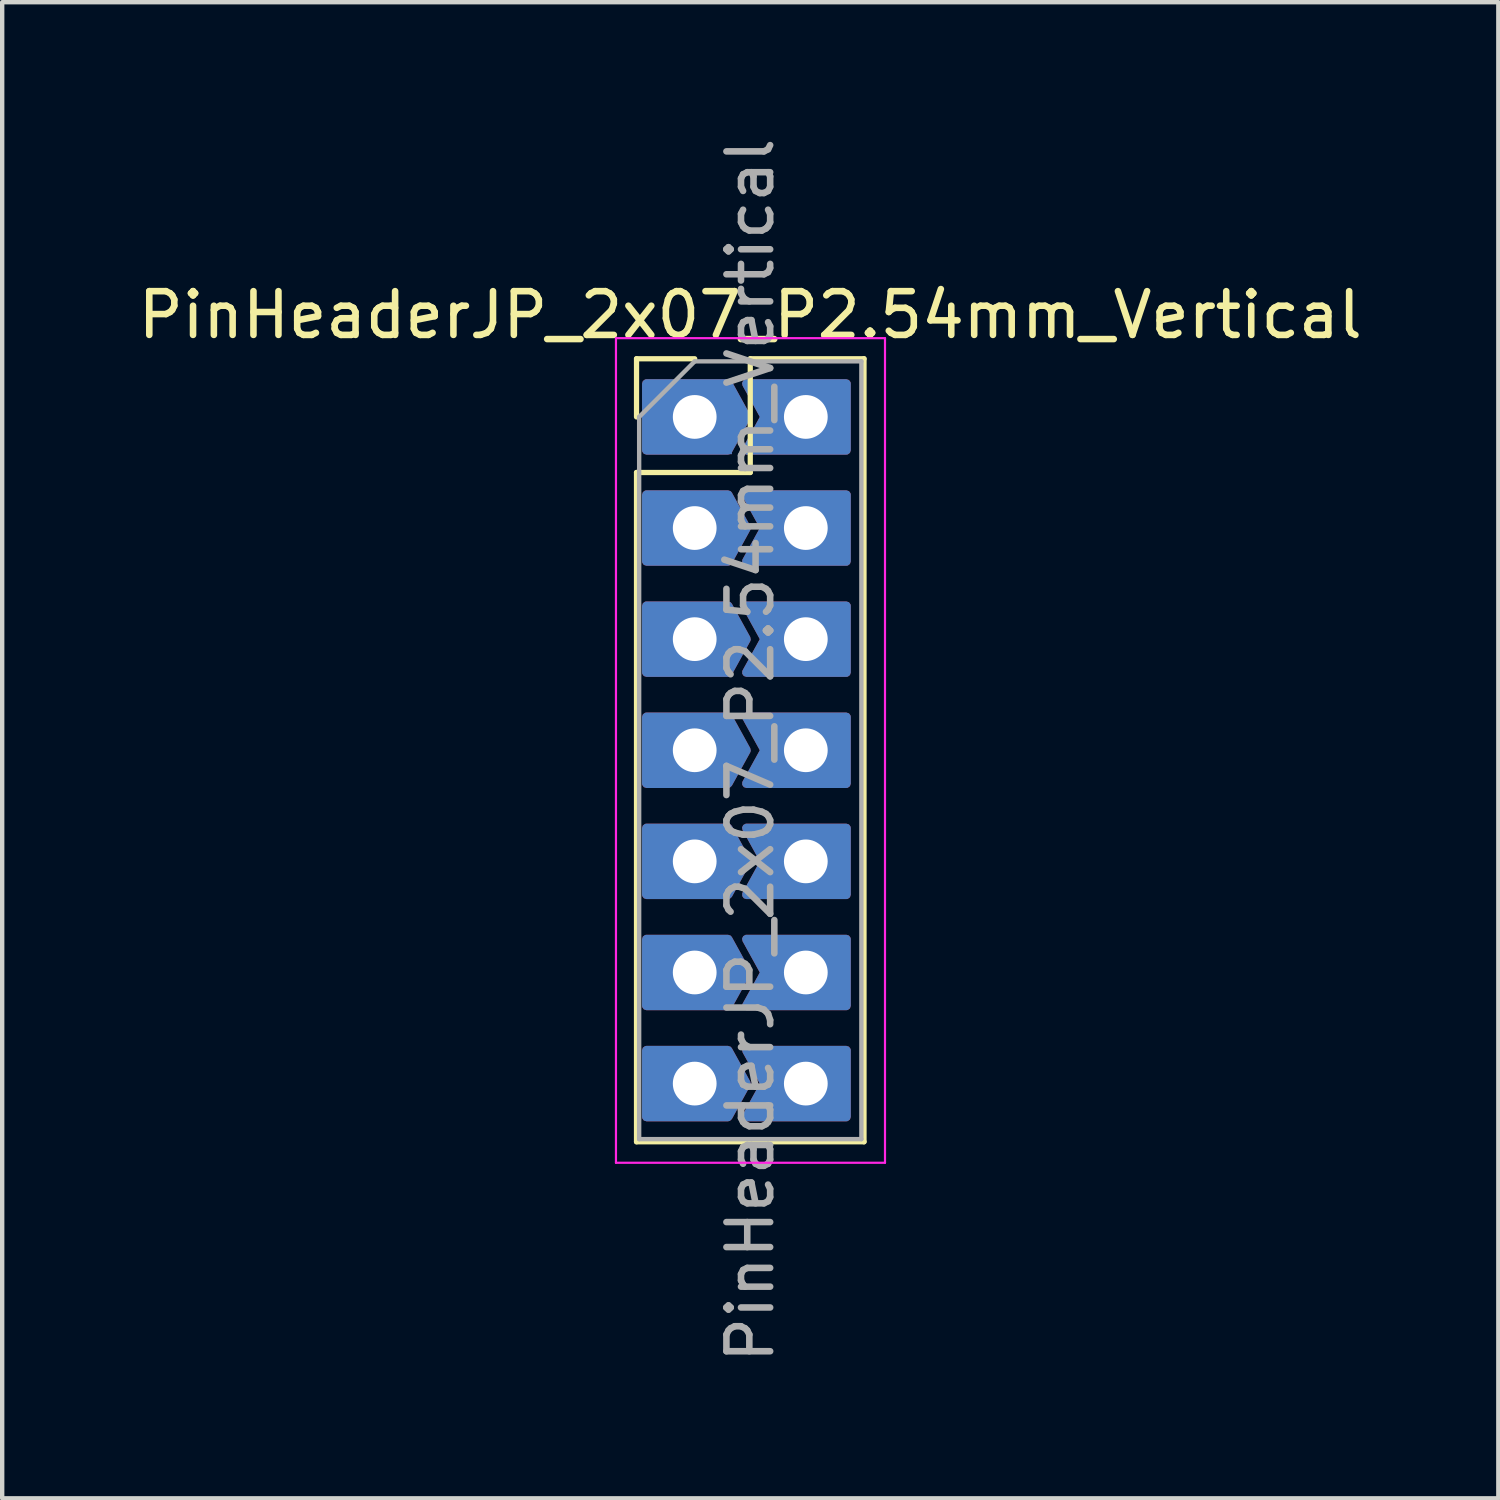
<source format=kicad_pcb>
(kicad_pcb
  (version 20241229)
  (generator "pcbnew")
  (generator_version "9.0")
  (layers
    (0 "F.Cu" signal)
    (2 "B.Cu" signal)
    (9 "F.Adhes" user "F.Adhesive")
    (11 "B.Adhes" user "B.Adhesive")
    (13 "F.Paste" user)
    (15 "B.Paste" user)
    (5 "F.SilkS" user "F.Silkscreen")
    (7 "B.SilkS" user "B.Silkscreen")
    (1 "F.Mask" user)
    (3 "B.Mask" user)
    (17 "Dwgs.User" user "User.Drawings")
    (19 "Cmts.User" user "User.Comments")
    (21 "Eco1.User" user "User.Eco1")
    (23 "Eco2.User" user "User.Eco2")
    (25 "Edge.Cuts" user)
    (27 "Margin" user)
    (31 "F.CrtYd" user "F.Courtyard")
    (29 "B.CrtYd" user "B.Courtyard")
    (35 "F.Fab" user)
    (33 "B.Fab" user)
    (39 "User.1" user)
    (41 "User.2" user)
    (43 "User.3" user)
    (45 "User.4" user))
  (footprint "PinHeaderJP_2x07_P2.54mm_Vertical"
    (layer "F.Cu")
    (at 12.831 6.481)
    (property "Reference" "PinHeaderJP_2x07_P2.54mm_Vertical" (at 1.27 -2.33 0) (layer "F.SilkS") (effects (font (size 1 1) (thickness 0.15))))
    (attr through_hole)
    (fp_line (start -1.33 -1.33) (end 0 -1.33) (stroke (width 0.12) (type solid)) (layer "F.SilkS"))
    (fp_line (start -1.33 0) (end -1.33 -1.33) (stroke (width 0.12) (type solid)) (layer "F.SilkS"))
    (fp_line (start -1.33 1.27) (end -1.33 16.57) (stroke (width 0.12) (type solid)) (layer "F.SilkS"))
    (fp_line (start -1.33 1.27) (end 1.27 1.27) (stroke (width 0.12) (type solid)) (layer "F.SilkS"))
    (fp_line (start -1.33 16.57) (end 3.87 16.57) (stroke (width 0.12) (type solid)) (layer "F.SilkS"))
    (fp_line (start 1.27 -1.33) (end 3.87 -1.33) (stroke (width 0.12) (type solid)) (layer "F.SilkS"))
    (fp_line (start 1.27 1.27) (end 1.27 -1.33) (stroke (width 0.12) (type solid)) (layer "F.SilkS"))
    (fp_line (start 3.87 -1.33) (end 3.87 16.57) (stroke (width 0.12) (type solid)) (layer "F.SilkS"))
    (fp_line (start -1.8 -1.8) (end -1.8 17.05) (stroke (width 0.05) (type solid)) (layer "F.CrtYd"))
    (fp_line (start -1.8 17.05) (end 4.35 17.05) (stroke (width 0.05) (type solid)) (layer "F.CrtYd"))
    (fp_line (start 4.35 -1.8) (end -1.8 -1.8) (stroke (width 0.05) (type solid)) (layer "F.CrtYd"))
    (fp_line (start 4.35 17.05) (end 4.35 -1.8) (stroke (width 0.05) (type solid)) (layer "F.CrtYd"))
    (fp_line (start -1.27 0) (end 0 -1.27) (stroke (width 0.1) (type solid)) (layer "F.Fab"))
    (fp_line (start -1.27 16.51) (end -1.27 0) (stroke (width 0.1) (type solid)) (layer "F.Fab"))
    (fp_line (start 0 -1.27) (end 3.81 -1.27) (stroke (width 0.1) (type solid)) (layer "F.Fab"))
    (fp_line (start 3.81 -1.27) (end 3.81 16.51) (stroke (width 0.1) (type solid)) (layer "F.Fab"))
    (fp_line (start 3.81 16.51) (end -1.27 16.51) (stroke (width 0.1) (type solid)) (layer "F.Fab"))
    (fp_text user "${REFERENCE}" (at 1.27 7.62 90) (layer "F.Fab") (effects (font (size 1 1) (thickness 0.15))))
    (pad "1" thru_hole custom (at 0 0) (size 1.7 1.7) (drill 1) (layers "*.Cu" "*.Mask") (options (anchor rect)) (primitives (gr_poly (pts (xy -1.104 -0.762) (xy -1.104 0.762) (xy 0.762 0.762) (xy 1.182 0) (xy 0.762 -0.762)) (width 0.2) (fill yes))))
    (pad "2" thru_hole custom (at 2.54 0) (size 1.7 1.7) (drill 1) (layers "*.Cu" "*.Mask") (options (anchor circle)) (primitives (gr_poly (pts (xy 0.85 0) (xy 0.831 -0.177) (xy 0.777 -0.346) (xy 0.688 -0.5) (xy 0.569 -0.632) (xy 0.425 -0.736) (xy 0.263 -0.808) (xy 0.089 -0.845) (xy -0.089 -0.845) (xy -0.263 -0.808) (xy -0.425 -0.736) (xy -0.569 -0.632) (xy -0.688 -0.5) (xy -0.777 -0.346) (xy -0.831 -0.177) (xy -0.85 0) (xy -0.831 0.177) (xy -0.777 0.346) (xy -0.688 0.5) (xy -0.569 0.632) (xy -0.425 0.736) (xy -0.263 0.808) (xy -0.089 0.845) (xy 0.089 0.845) (xy 0.263 0.808) (xy 0.425 0.736) (xy 0.569 0.632) (xy 0.688 0.5) (xy 0.777 0.346) (xy 0.831 0.177) (xy 0.85 0)) (width 0) (fill yes)) (gr_poly (pts (xy -1.358 -0.762) (xy -0.938 0) (xy -1.358 0.762) (xy 0.928 0.762) (xy 0.928 -0.762)) (width 0.2) (fill yes))))
    (pad "3" thru_hole custom (at 0 2.54) (size 1.7 1.7) (drill 1) (layers "*.Cu" "*.Mask") (options (anchor circle)) (primitives (gr_poly (pts (xy 0.85 0) (xy 0.831 -0.177) (xy 0.777 -0.346) (xy 0.688 -0.5) (xy 0.569 -0.632) (xy 0.425 -0.736) (xy 0.263 -0.808) (xy 0.089 -0.845) (xy -0.089 -0.845) (xy -0.263 -0.808) (xy -0.425 -0.736) (xy -0.569 -0.632) (xy -0.688 -0.5) (xy -0.777 -0.346) (xy -0.831 -0.177) (xy -0.85 0) (xy -0.831 0.177) (xy -0.777 0.346) (xy -0.688 0.5) (xy -0.569 0.632) (xy -0.425 0.736) (xy -0.263 0.808) (xy -0.089 0.845) (xy 0.089 0.845) (xy 0.263 0.808) (xy 0.425 0.736) (xy 0.569 0.632) (xy 0.688 0.5) (xy 0.777 0.346) (xy 0.831 0.177) (xy 0.85 0)) (width 0) (fill yes)) (gr_poly (pts (xy -1.104 -0.762) (xy -1.104 0.762) (xy 0.762 0.762) (xy 1.182 0) (xy 0.762 -0.762)) (width 0.2) (fill yes))))
    (pad "4" thru_hole custom (at 2.54 2.54) (size 1.7 1.7) (drill 1) (layers "*.Cu" "*.Mask") (options (anchor circle)) (primitives (gr_poly (pts (xy 0.85 0) (xy 0.831 -0.177) (xy 0.777 -0.346) (xy 0.688 -0.5) (xy 0.569 -0.632) (xy 0.425 -0.736) (xy 0.263 -0.808) (xy 0.089 -0.845) (xy -0.089 -0.845) (xy -0.263 -0.808) (xy -0.425 -0.736) (xy -0.569 -0.632) (xy -0.688 -0.5) (xy -0.777 -0.346) (xy -0.831 -0.177) (xy -0.85 0) (xy -0.831 0.177) (xy -0.777 0.346) (xy -0.688 0.5) (xy -0.569 0.632) (xy -0.425 0.736) (xy -0.263 0.808) (xy -0.089 0.845) (xy 0.089 0.845) (xy 0.263 0.808) (xy 0.425 0.736) (xy 0.569 0.632) (xy 0.688 0.5) (xy 0.777 0.346) (xy 0.831 0.177) (xy 0.85 0)) (width 0) (fill yes)) (gr_poly (pts (xy -1.358 -0.762) (xy -0.938 0) (xy -1.358 0.762) (xy 0.928 0.762) (xy 0.928 -0.762)) (width 0.2) (fill yes))))
    (pad "5" thru_hole custom (at 0 5.08) (size 1.7 1.7) (drill 1) (layers "*.Cu" "*.Mask") (options (anchor circle)) (primitives (gr_poly (pts (xy 0.85 0) (xy 0.831 -0.177) (xy 0.777 -0.346) (xy 0.688 -0.5) (xy 0.569 -0.632) (xy 0.425 -0.736) (xy 0.263 -0.808) (xy 0.089 -0.845) (xy -0.089 -0.845) (xy -0.263 -0.808) (xy -0.425 -0.736) (xy -0.569 -0.632) (xy -0.688 -0.5) (xy -0.777 -0.346) (xy -0.831 -0.177) (xy -0.85 0) (xy -0.831 0.177) (xy -0.777 0.346) (xy -0.688 0.5) (xy -0.569 0.632) (xy -0.425 0.736) (xy -0.263 0.808) (xy -0.089 0.845) (xy 0.089 0.845) (xy 0.263 0.808) (xy 0.425 0.736) (xy 0.569 0.632) (xy 0.688 0.5) (xy 0.777 0.346) (xy 0.831 0.177) (xy 0.85 0)) (width 0) (fill yes)) (gr_poly (pts (xy -1.104 -0.762) (xy -1.104 0.762) (xy 0.762 0.762) (xy 1.182 0) (xy 0.762 -0.762)) (width 0.2) (fill yes))))
    (pad "6" thru_hole custom (at 2.54 5.08) (size 1.7 1.7) (drill 1) (layers "*.Cu" "*.Mask") (options (anchor circle)) (primitives (gr_poly (pts (xy 0.85 0) (xy 0.831 -0.177) (xy 0.777 -0.346) (xy 0.688 -0.5) (xy 0.569 -0.632) (xy 0.425 -0.736) (xy 0.263 -0.808) (xy 0.089 -0.845) (xy -0.089 -0.845) (xy -0.263 -0.808) (xy -0.425 -0.736) (xy -0.569 -0.632) (xy -0.688 -0.5) (xy -0.777 -0.346) (xy -0.831 -0.177) (xy -0.85 0) (xy -0.831 0.177) (xy -0.777 0.346) (xy -0.688 0.5) (xy -0.569 0.632) (xy -0.425 0.736) (xy -0.263 0.808) (xy -0.089 0.845) (xy 0.089 0.845) (xy 0.263 0.808) (xy 0.425 0.736) (xy 0.569 0.632) (xy 0.688 0.5) (xy 0.777 0.346) (xy 0.831 0.177) (xy 0.85 0)) (width 0) (fill yes)) (gr_poly (pts (xy -1.358 -0.762) (xy -0.938 0) (xy -1.358 0.762) (xy 0.928 0.762) (xy 0.928 -0.762)) (width 0.2) (fill yes))))
    (pad "7" thru_hole custom (at 0 7.62) (size 1.7 1.7) (drill 1) (layers "*.Cu" "*.Mask") (options (anchor circle)) (primitives (gr_poly (pts (xy 0.85 0) (xy 0.831 -0.177) (xy 0.777 -0.346) (xy 0.688 -0.5) (xy 0.569 -0.632) (xy 0.425 -0.736) (xy 0.263 -0.808) (xy 0.089 -0.845) (xy -0.089 -0.845) (xy -0.263 -0.808) (xy -0.425 -0.736) (xy -0.569 -0.632) (xy -0.688 -0.5) (xy -0.777 -0.346) (xy -0.831 -0.177) (xy -0.85 0) (xy -0.831 0.177) (xy -0.777 0.346) (xy -0.688 0.5) (xy -0.569 0.632) (xy -0.425 0.736) (xy -0.263 0.808) (xy -0.089 0.845) (xy 0.089 0.845) (xy 0.263 0.808) (xy 0.425 0.736) (xy 0.569 0.632) (xy 0.688 0.5) (xy 0.777 0.346) (xy 0.831 0.177) (xy 0.85 0)) (width 0) (fill yes)) (gr_poly (pts (xy -1.104 -0.762) (xy -1.104 0.762) (xy 0.762 0.762) (xy 1.182 0) (xy 0.762 -0.762)) (width 0.2) (fill yes))))
    (pad "8" thru_hole custom (at 2.54 7.62) (size 1.7 1.7) (drill 1) (layers "*.Cu" "*.Mask") (options (anchor circle)) (primitives (gr_poly (pts (xy 0.85 0) (xy 0.831 -0.177) (xy 0.777 -0.346) (xy 0.688 -0.5) (xy 0.569 -0.632) (xy 0.425 -0.736) (xy 0.263 -0.808) (xy 0.089 -0.845) (xy -0.089 -0.845) (xy -0.263 -0.808) (xy -0.425 -0.736) (xy -0.569 -0.632) (xy -0.688 -0.5) (xy -0.777 -0.346) (xy -0.831 -0.177) (xy -0.85 0) (xy -0.831 0.177) (xy -0.777 0.346) (xy -0.688 0.5) (xy -0.569 0.632) (xy -0.425 0.736) (xy -0.263 0.808) (xy -0.089 0.845) (xy 0.089 0.845) (xy 0.263 0.808) (xy 0.425 0.736) (xy 0.569 0.632) (xy 0.688 0.5) (xy 0.777 0.346) (xy 0.831 0.177) (xy 0.85 0)) (width 0) (fill yes)) (gr_poly (pts (xy -1.358 -0.762) (xy -0.938 0) (xy -1.358 0.762) (xy 0.928 0.762) (xy 0.928 -0.762)) (width 0.2) (fill yes))))
    (pad "9" thru_hole custom (at 0 10.16) (size 1.7 1.7) (drill 1) (layers "*.Cu" "*.Mask") (options (anchor circle)) (primitives (gr_poly (pts (xy 0.85 0) (xy 0.831 -0.177) (xy 0.777 -0.346) (xy 0.688 -0.5) (xy 0.569 -0.632) (xy 0.425 -0.736) (xy 0.263 -0.808) (xy 0.089 -0.845) (xy -0.089 -0.845) (xy -0.263 -0.808) (xy -0.425 -0.736) (xy -0.569 -0.632) (xy -0.688 -0.5) (xy -0.777 -0.346) (xy -0.831 -0.177) (xy -0.85 0) (xy -0.831 0.177) (xy -0.777 0.346) (xy -0.688 0.5) (xy -0.569 0.632) (xy -0.425 0.736) (xy -0.263 0.808) (xy -0.089 0.845) (xy 0.089 0.845) (xy 0.263 0.808) (xy 0.425 0.736) (xy 0.569 0.632) (xy 0.688 0.5) (xy 0.777 0.346) (xy 0.831 0.177) (xy 0.85 0)) (width 0) (fill yes)) (gr_poly (pts (xy -1.104 -0.762) (xy -1.104 0.762) (xy 0.762 0.762) (xy 1.182 0) (xy 0.762 -0.762)) (width 0.2) (fill yes))))
    (pad "10" thru_hole custom (at 2.54 10.16) (size 1.7 1.7) (drill 1) (layers "*.Cu" "*.Mask") (options (anchor circle)) (primitives (gr_poly (pts (xy 0.85 0) (xy 0.831 -0.177) (xy 0.777 -0.346) (xy 0.688 -0.5) (xy 0.569 -0.632) (xy 0.425 -0.736) (xy 0.263 -0.808) (xy 0.089 -0.845) (xy -0.089 -0.845) (xy -0.263 -0.808) (xy -0.425 -0.736) (xy -0.569 -0.632) (xy -0.688 -0.5) (xy -0.777 -0.346) (xy -0.831 -0.177) (xy -0.85 0) (xy -0.831 0.177) (xy -0.777 0.346) (xy -0.688 0.5) (xy -0.569 0.632) (xy -0.425 0.736) (xy -0.263 0.808) (xy -0.089 0.845) (xy 0.089 0.845) (xy 0.263 0.808) (xy 0.425 0.736) (xy 0.569 0.632) (xy 0.688 0.5) (xy 0.777 0.346) (xy 0.831 0.177) (xy 0.85 0)) (width 0) (fill yes)) (gr_poly (pts (xy -1.358 -0.762) (xy -0.938 0) (xy -1.358 0.762) (xy 0.928 0.762) (xy 0.928 -0.762)) (width 0.2) (fill yes))))
    (pad "11" thru_hole custom (at 0 12.7) (size 1.7 1.7) (drill 1) (layers "*.Cu" "*.Mask") (options (anchor circle)) (primitives (gr_poly (pts (xy 0.85 0) (xy 0.831 -0.177) (xy 0.777 -0.346) (xy 0.688 -0.5) (xy 0.569 -0.632) (xy 0.425 -0.736) (xy 0.263 -0.808) (xy 0.089 -0.845) (xy -0.089 -0.845) (xy -0.263 -0.808) (xy -0.425 -0.736) (xy -0.569 -0.632) (xy -0.688 -0.5) (xy -0.777 -0.346) (xy -0.831 -0.177) (xy -0.85 0) (xy -0.831 0.177) (xy -0.777 0.346) (xy -0.688 0.5) (xy -0.569 0.632) (xy -0.425 0.736) (xy -0.263 0.808) (xy -0.089 0.845) (xy 0.089 0.845) (xy 0.263 0.808) (xy 0.425 0.736) (xy 0.569 0.632) (xy 0.688 0.5) (xy 0.777 0.346) (xy 0.831 0.177) (xy 0.85 0)) (width 0) (fill yes)) (gr_poly (pts (xy -1.104 -0.762) (xy -1.104 0.762) (xy 0.762 0.762) (xy 1.182 0) (xy 0.762 -0.762)) (width 0.2) (fill yes))))
    (pad "12" thru_hole custom (at 2.54 12.7) (size 1.7 1.7) (drill 1) (layers "*.Cu" "*.Mask") (options (anchor circle)) (primitives (gr_poly (pts (xy 0.85 0) (xy 0.831 -0.177) (xy 0.777 -0.346) (xy 0.688 -0.5) (xy 0.569 -0.632) (xy 0.425 -0.736) (xy 0.263 -0.808) (xy 0.089 -0.845) (xy -0.089 -0.845) (xy -0.263 -0.808) (xy -0.425 -0.736) (xy -0.569 -0.632) (xy -0.688 -0.5) (xy -0.777 -0.346) (xy -0.831 -0.177) (xy -0.85 0) (xy -0.831 0.177) (xy -0.777 0.346) (xy -0.688 0.5) (xy -0.569 0.632) (xy -0.425 0.736) (xy -0.263 0.808) (xy -0.089 0.845) (xy 0.089 0.845) (xy 0.263 0.808) (xy 0.425 0.736) (xy 0.569 0.632) (xy 0.688 0.5) (xy 0.777 0.346) (xy 0.831 0.177) (xy 0.85 0)) (width 0) (fill yes)) (gr_poly (pts (xy -1.358 -0.762) (xy -0.938 0) (xy -1.358 0.762) (xy 0.928 0.762) (xy 0.928 -0.762)) (width 0.2) (fill yes))))
    (pad "13" thru_hole custom (at 0 15.24) (size 1.7 1.7) (drill 1) (layers "*.Cu" "*.Mask") (options (anchor circle)) (primitives (gr_poly (pts (xy 0.85 0) (xy 0.831 -0.177) (xy 0.777 -0.346) (xy 0.688 -0.5) (xy 0.569 -0.632) (xy 0.425 -0.736) (xy 0.263 -0.808) (xy 0.089 -0.845) (xy -0.089 -0.845) (xy -0.263 -0.808) (xy -0.425 -0.736) (xy -0.569 -0.632) (xy -0.688 -0.5) (xy -0.777 -0.346) (xy -0.831 -0.177) (xy -0.85 0) (xy -0.831 0.177) (xy -0.777 0.346) (xy -0.688 0.5) (xy -0.569 0.632) (xy -0.425 0.736) (xy -0.263 0.808) (xy -0.089 0.845) (xy 0.089 0.845) (xy 0.263 0.808) (xy 0.425 0.736) (xy 0.569 0.632) (xy 0.688 0.5) (xy 0.777 0.346) (xy 0.831 0.177) (xy 0.85 0)) (width 0) (fill yes)) (gr_poly (pts (xy -1.104 -0.762) (xy -1.104 0.762) (xy 0.762 0.762) (xy 1.182 0) (xy 0.762 -0.762)) (width 0.2) (fill yes))))
    (pad "14" thru_hole custom (at 2.54 15.24) (size 1.7 1.7) (drill 1) (layers "*.Cu" "*.Mask") (options (anchor circle)) (primitives (gr_poly (pts (xy 0.85 0) (xy 0.831 -0.177) (xy 0.777 -0.346) (xy 0.688 -0.5) (xy 0.569 -0.632) (xy 0.425 -0.736) (xy 0.263 -0.808) (xy 0.089 -0.845) (xy -0.089 -0.845) (xy -0.263 -0.808) (xy -0.425 -0.736) (xy -0.569 -0.632) (xy -0.688 -0.5) (xy -0.777 -0.346) (xy -0.831 -0.177) (xy -0.85 0) (xy -0.831 0.177) (xy -0.777 0.346) (xy -0.688 0.5) (xy -0.569 0.632) (xy -0.425 0.736) (xy -0.263 0.808) (xy -0.089 0.845) (xy 0.089 0.845) (xy 0.263 0.808) (xy 0.425 0.736) (xy 0.569 0.632) (xy 0.688 0.5) (xy 0.777 0.346) (xy 0.831 0.177) (xy 0.85 0)) (width 0) (fill yes)) (gr_poly (pts (xy -1.358 -0.762) (xy -0.938 0) (xy -1.358 0.762) (xy 0.928 0.762) (xy 0.928 -0.762)) (width 0.2) (fill yes)))))
  (gr_rect
    (start -3 -3)
    (end 31.202 31.202)
    (stroke (width 0.1) (type default))
    (fill no)
    (layer "Edge.Cuts")))
</source>
